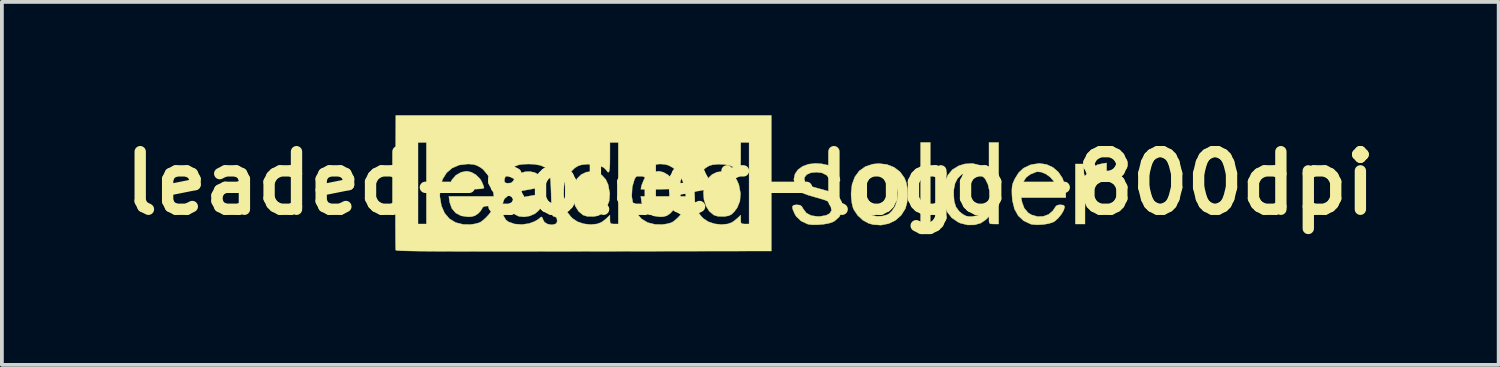
<source format=kicad_pcb>
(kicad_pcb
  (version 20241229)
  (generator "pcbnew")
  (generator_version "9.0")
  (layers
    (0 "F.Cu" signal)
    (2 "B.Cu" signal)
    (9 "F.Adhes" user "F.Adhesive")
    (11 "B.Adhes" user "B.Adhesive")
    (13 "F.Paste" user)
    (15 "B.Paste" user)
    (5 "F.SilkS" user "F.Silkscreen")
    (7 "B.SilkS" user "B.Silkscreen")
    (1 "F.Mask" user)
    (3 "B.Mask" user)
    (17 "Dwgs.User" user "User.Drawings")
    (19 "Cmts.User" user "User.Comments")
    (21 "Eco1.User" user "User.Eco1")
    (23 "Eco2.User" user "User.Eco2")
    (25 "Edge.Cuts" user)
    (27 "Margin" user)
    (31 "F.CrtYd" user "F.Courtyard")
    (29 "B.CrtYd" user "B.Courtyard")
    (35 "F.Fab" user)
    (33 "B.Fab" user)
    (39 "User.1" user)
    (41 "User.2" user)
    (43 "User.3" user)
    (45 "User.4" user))
  (footprint "leaded-solder-logo-800dpi"
    (layer "F.Cu")
    (at 16.808 1.799)
    (property "Reference" "leaded-solder-logo-800dpi" (at 0 0 0) (layer "F.SilkS") (effects (font (size 1.524 1.524) (thickness 0.3))))
    (attr through_hole)
    (fp_poly (pts (xy 4.763 1.079) (xy 4.508 1.079) (xy 4.508 -1.079) (xy 4.763 -1.079) (xy 4.763 1.079)) (stroke (width 0.01) (type solid)) (fill yes) (layer "F.SilkS"))
    (fp_poly (pts (xy -7.38 -0.29) (xy -7.255 -0.217) (xy -7.151 -0.112) (xy -7.112 -0.048) (xy -7.074 0.039) (xy -7.051 0.106) (xy -7.048 0.121) (xy -7.069 0.137) (xy -7.134 0.148) (xy -7.248 0.155) (xy -7.418 0.158) (xy -7.513 0.159) (xy -7.977 0.159) (xy -7.958 0.061) (xy -7.898 -0.089) (xy -7.793 -0.209) (xy -7.656 -0.289) (xy -7.506 -0.318) (xy -7.38 -0.29)) (stroke (width 0.01) (type solid)) (fill yes) (layer "F.SilkS"))
    (fp_poly (pts (xy -2.3 -0.29) (xy -2.175 -0.217) (xy -2.071 -0.112) (xy -2.032 -0.048) (xy -1.994 0.039) (xy -1.971 0.106) (xy -1.968 0.121) (xy -1.989 0.137) (xy -2.054 0.148) (xy -2.168 0.155) (xy -2.338 0.158) (xy -2.433 0.159) (xy -2.897 0.159) (xy -2.878 0.061) (xy -2.818 -0.089) (xy -2.713 -0.209) (xy -2.576 -0.289) (xy -2.426 -0.318) (xy -2.3 -0.29)) (stroke (width 0.01) (type solid)) (fill yes) (layer "F.SilkS"))
    (fp_poly (pts (xy -5.532 0.291) (xy -5.526 0.353) (xy -5.524 0.439) (xy -5.532 0.567) (xy -5.557 0.656) (xy -5.593 0.714) (xy -5.699 0.806) (xy -5.836 0.866) (xy -5.985 0.89) (xy -6.126 0.876) (xy -6.235 0.823) (xy -6.301 0.745) (xy -6.318 0.649) (xy -6.303 0.551) (xy -6.251 0.475) (xy -6.157 0.416) (xy -6.013 0.37) (xy -5.813 0.334) (xy -5.794 0.331) (xy -5.69 0.313) (xy -5.606 0.291) (xy -5.58 0.281) (xy -5.549 0.271) (xy -5.532 0.291)) (stroke (width 0.01) (type solid)) (fill yes) (layer "F.SilkS"))
    (fp_poly (pts (xy -4.057 -0.284) (xy -3.929 -0.213) (xy -3.825 -0.098) (xy -3.763 0.038) (xy -3.72 0.268) (xy -3.736 0.472) (xy -3.809 0.652) (xy -3.886 0.754) (xy -3.959 0.824) (xy -4.031 0.86) (xy -4.13 0.877) (xy -4.162 0.88) (xy -4.321 0.876) (xy -4.427 0.842) (xy -4.545 0.744) (xy -4.633 0.603) (xy -4.686 0.432) (xy -4.701 0.247) (xy -4.673 0.061) (xy -4.663 0.029) (xy -4.584 -0.123) (xy -4.473 -0.23) (xy -4.34 -0.293) (xy -4.198 -0.31) (xy -4.057 -0.284)) (stroke (width 0.01) (type solid)) (fill yes) (layer "F.SilkS"))
    (fp_poly (pts (xy -0.596 -0.284) (xy -0.468 -0.213) (xy -0.364 -0.098) (xy -0.303 0.038) (xy -0.26 0.268) (xy -0.275 0.472) (xy -0.348 0.652) (xy -0.426 0.754) (xy -0.498 0.824) (xy -0.57 0.86) (xy -0.669 0.877) (xy -0.701 0.88) (xy -0.86 0.876) (xy -0.966 0.842) (xy -1.084 0.744) (xy -1.172 0.603) (xy -1.226 0.432) (xy -1.24 0.247) (xy -1.212 0.061) (xy -1.202 0.029) (xy -1.124 -0.123) (xy -1.012 -0.23) (xy -0.88 -0.293) (xy -0.737 -0.31) (xy -0.596 -0.284)) (stroke (width 0.01) (type solid)) (fill yes) (layer "F.SilkS"))
    (fp_poly (pts (xy 9.43 -0.395) (xy 9.426 -0.308) (xy 9.41 -0.266) (xy 9.37 -0.254) (xy 9.349 -0.254) (xy 9.22 -0.23) (xy 9.088 -0.166) (xy 8.996 -0.091) (xy 8.943 -0.016) (xy 8.905 0.083) (xy 8.879 0.214) (xy 8.864 0.387) (xy 8.859 0.612) (xy 8.858 0.659) (xy 8.858 1.079) (xy 8.604 1.079) (xy 8.604 -0.508) (xy 8.826 -0.508) (xy 8.826 -0.349) (xy 8.831 -0.259) (xy 8.842 -0.201) (xy 8.85 -0.191) (xy 8.881 -0.215) (xy 8.928 -0.276) (xy 8.945 -0.301) (xy 9.051 -0.417) (xy 9.193 -0.49) (xy 9.311 -0.517) (xy 9.43 -0.536) (xy 9.43 -0.395)) (stroke (width 0.01) (type solid)) (fill yes) (layer "F.SilkS"))
    (fp_poly (pts (xy 3.614 -0.496) (xy 3.806 -0.421) (xy 3.964 -0.3) (xy 4.08 -0.139) (xy 4.126 -0.024) (xy 4.159 0.145) (xy 4.166 0.334) (xy 4.147 0.517) (xy 4.106 0.668) (xy 4.103 0.673) (xy 3.994 0.847) (xy 3.843 0.981) (xy 3.661 1.069) (xy 3.46 1.109) (xy 3.25 1.095) (xy 3.128 1.06) (xy 2.977 0.977) (xy 2.841 0.85) (xy 2.741 0.701) (xy 2.716 0.64) (xy 2.69 0.531) (xy 2.673 0.392) (xy 2.67 0.327) (xy 2.926 0.327) (xy 2.954 0.505) (xy 3.021 0.662) (xy 3.124 0.785) (xy 3.22 0.846) (xy 3.347 0.876) (xy 3.492 0.871) (xy 3.625 0.834) (xy 3.679 0.803) (xy 3.744 0.738) (xy 3.812 0.643) (xy 3.836 0.601) (xy 3.888 0.445) (xy 3.901 0.263) (xy 3.876 0.083) (xy 3.815 -0.072) (xy 3.811 -0.077) (xy 3.705 -0.197) (xy 3.571 -0.269) (xy 3.423 -0.295) (xy 3.275 -0.275) (xy 3.14 -0.209) (xy 3.033 -0.099) (xy 2.998 -0.039) (xy 2.939 0.142) (xy 2.926 0.327) (xy 2.67 0.327) (xy 2.667 0.272) (xy 2.693 0.034) (xy 2.766 -0.166) (xy 2.884 -0.325) (xy 3.044 -0.439) (xy 3.242 -0.505) (xy 3.397 -0.52) (xy 3.614 -0.496)) (stroke (width 0.01) (type solid)) (fill yes) (layer "F.SilkS"))
    (fp_poly (pts (xy 6.572 1.079) (xy 6.445 1.079) (xy 6.364 1.076) (xy 6.328 1.055) (xy 6.318 1.004) (xy 6.318 0.98) (xy 6.318 0.88) (xy 6.235 0.964) (xy 6.1 1.055) (xy 5.934 1.103) (xy 5.751 1.104) (xy 5.564 1.058) (xy 5.497 1.028) (xy 5.331 0.914) (xy 5.213 0.762) (xy 5.141 0.568) (xy 5.114 0.331) (xy 5.115 0.285) (xy 5.382 0.285) (xy 5.396 0.477) (xy 5.441 0.624) (xy 5.524 0.741) (xy 5.621 0.82) (xy 5.71 0.868) (xy 5.802 0.884) (xy 5.884 0.88) (xy 5.996 0.859) (xy 6.095 0.821) (xy 6.122 0.804) (xy 6.228 0.691) (xy 6.297 0.542) (xy 6.331 0.373) (xy 6.328 0.197) (xy 6.29 0.029) (xy 6.217 -0.116) (xy 6.11 -0.224) (xy 6.09 -0.237) (xy 5.971 -0.28) (xy 5.83 -0.293) (xy 5.695 -0.276) (xy 5.593 -0.231) (xy 5.486 -0.127) (xy 5.42 0.001) (xy 5.387 0.166) (xy 5.382 0.285) (xy 5.115 0.285) (xy 5.117 0.219) (xy 5.151 -0.02) (xy 5.228 -0.211) (xy 5.348 -0.357) (xy 5.513 -0.459) (xy 5.672 -0.509) (xy 5.878 -0.523) (xy 6.071 -0.476) (xy 6.215 -0.392) (xy 6.318 -0.314) (xy 6.318 -1.079) (xy 6.572 -1.079) (xy 6.572 1.079)) (stroke (width 0.01) (type solid)) (fill yes) (layer "F.SilkS"))
    (fp_poly (pts (xy 7.841 -0.496) (xy 8.012 -0.417) (xy 8.155 -0.293) (xy 8.264 -0.129) (xy 8.331 0.068) (xy 8.35 0.26) (xy 8.35 0.381) (xy 7.168 0.381) (xy 7.191 0.499) (xy 7.25 0.661) (xy 7.356 0.785) (xy 7.442 0.837) (xy 7.6 0.883) (xy 7.757 0.877) (xy 7.899 0.824) (xy 8.01 0.727) (xy 8.048 0.668) (xy 8.096 0.599) (xy 8.162 0.574) (xy 8.208 0.572) (xy 8.286 0.58) (xy 8.316 0.609) (xy 8.319 0.629) (xy 8.295 0.715) (xy 8.235 0.818) (xy 8.153 0.92) (xy 8.063 1.002) (xy 8.016 1.03) (xy 7.896 1.069) (xy 7.745 1.093) (xy 7.59 1.101) (xy 7.457 1.09) (xy 7.418 1.08) (xy 7.232 0.992) (xy 7.091 0.86) (xy 6.993 0.684) (xy 6.938 0.461) (xy 6.926 0.325) (xy 6.923 0.185) (xy 6.927 0.127) (xy 7.171 0.127) (xy 8.087 0.127) (xy 8.071 0.043) (xy 8.025 -0.063) (xy 7.937 -0.162) (xy 7.825 -0.243) (xy 7.705 -0.294) (xy 7.594 -0.304) (xy 7.565 -0.298) (xy 7.408 -0.234) (xy 7.301 -0.153) (xy 7.229 -0.042) (xy 7.193 0.056) (xy 7.171 0.127) (xy 6.927 0.127) (xy 6.93 0.085) (xy 6.95 0.001) (xy 6.99 -0.091) (xy 6.999 -0.111) (xy 7.103 -0.279) (xy 7.231 -0.398) (xy 7.398 -0.478) (xy 7.447 -0.494) (xy 7.651 -0.524) (xy 7.841 -0.496)) (stroke (width 0.01) (type solid)) (fill yes) (layer "F.SilkS"))
    (fp_poly (pts (xy 1.893 -0.512) (xy 2.058 -0.477) (xy 2.175 -0.426) (xy 2.258 -0.35) (xy 2.32 -0.244) (xy 2.365 -0.136) (xy 2.376 -0.072) (xy 2.349 -0.041) (xy 2.283 -0.032) (xy 2.259 -0.032) (xy 2.171 -0.04) (xy 2.122 -0.074) (xy 2.102 -0.109) (xy 2.021 -0.213) (xy 1.895 -0.275) (xy 1.746 -0.293) (xy 1.601 -0.277) (xy 1.495 -0.23) (xy 1.437 -0.159) (xy 1.429 -0.113) (xy 1.449 -0.03) (xy 1.513 0.036) (xy 1.63 0.089) (xy 1.701 0.111) (xy 1.839 0.149) (xy 1.989 0.191) (xy 2.049 0.207) (xy 2.225 0.275) (xy 2.346 0.367) (xy 2.415 0.488) (xy 2.436 0.589) (xy 2.423 0.754) (xy 2.352 0.893) (xy 2.228 1.002) (xy 2.183 1.026) (xy 2.079 1.061) (xy 1.937 1.086) (xy 1.783 1.099) (xy 1.639 1.1) (xy 1.529 1.085) (xy 1.519 1.082) (xy 1.341 0.998) (xy 1.215 0.877) (xy 1.174 0.808) (xy 1.125 0.693) (xy 1.113 0.622) (xy 1.141 0.584) (xy 1.211 0.572) (xy 1.23 0.572) (xy 1.315 0.581) (xy 1.365 0.617) (xy 1.397 0.675) (xy 1.483 0.789) (xy 1.612 0.857) (xy 1.782 0.881) (xy 1.852 0.878) (xy 2.003 0.852) (xy 2.1 0.802) (xy 2.15 0.722) (xy 2.159 0.647) (xy 2.151 0.58) (xy 2.121 0.527) (xy 2.06 0.482) (xy 1.959 0.44) (xy 1.808 0.394) (xy 1.723 0.371) (xy 1.529 0.314) (xy 1.388 0.261) (xy 1.29 0.204) (xy 1.225 0.138) (xy 1.182 0.056) (xy 1.178 0.044) (xy 1.153 -0.108) (xy 1.183 -0.244) (xy 1.263 -0.359) (xy 1.386 -0.447) (xy 1.544 -0.504) (xy 1.732 -0.525) (xy 1.893 -0.512)) (stroke (width 0.01) (type solid)) (fill yes) (layer "F.SilkS"))
    (fp_poly (pts (xy 0.556 1.794) (xy -4.406 1.802) (xy -5.086 1.803) (xy -5.705 1.804) (xy -6.266 1.804) (xy -6.771 1.804) (xy -7.222 1.804) (xy -7.622 1.803) (xy -7.974 1.802) (xy -8.28 1.801) (xy -8.543 1.799) (xy -8.764 1.797) (xy -8.948 1.794) (xy -9.095 1.791) (xy -9.209 1.788) (xy -9.293 1.783) (xy -9.348 1.779) (xy -9.377 1.774) (xy -9.383 1.77) (xy -9.386 1.732) (xy -9.388 1.636) (xy -9.39 1.488) (xy -9.391 1.294) (xy -9.392 1.061) (xy -9.392 0.793) (xy -9.392 0.497) (xy -9.391 0.179) (xy -9.39 -0.032) (xy -9.385 -1.079) (xy -8.795 -1.079) (xy -8.795 1.079) (xy -8.572 1.079) (xy -8.572 0.341) (xy -8.218 0.341) (xy -8.216 0.361) (xy -8.176 0.598) (xy -8.09 0.792) (xy -7.963 0.941) (xy -7.796 1.042) (xy -7.594 1.092) (xy -7.403 1.093) (xy -7.287 1.076) (xy -7.184 1.049) (xy -7.146 1.033) (xy -7.079 0.986) (xy -7.001 0.916) (xy -6.928 0.839) (xy -6.875 0.771) (xy -6.858 0.732) (xy -6.856 0.72) (xy -6.568 0.72) (xy -6.536 0.857) (xy -6.471 0.967) (xy -6.405 1.021) (xy -6.24 1.079) (xy -6.05 1.094) (xy -5.858 1.068) (xy -5.71 1.013) (xy -5.631 0.968) (xy -5.579 0.929) (xy -5.572 0.921) (xy -5.533 0.89) (xy -5.5 0.916) (xy -5.487 0.96) (xy -5.448 1.031) (xy -5.367 1.081) (xy -5.265 1.101) (xy -5.206 1.095) (xy -5.137 1.069) (xy -5.113 1.017) (xy -5.112 0.984) (xy -5.125 0.914) (xy -5.172 0.885) (xy -5.183 0.883) (xy -5.209 0.878) (xy -5.228 0.863) (xy -5.241 0.831) (xy -5.251 0.772) (xy -5.258 0.678) (xy -5.264 0.539) (xy -5.27 0.347) (xy -5.271 0.316) (xy -5.271 0.286) (xy -4.937 0.286) (xy -4.928 0.487) (xy -4.898 0.643) (xy -4.84 0.772) (xy -4.748 0.888) (xy -4.703 0.933) (xy -4.572 1.02) (xy -4.406 1.075) (xy -4.227 1.095) (xy -4.056 1.078) (xy -3.953 1.041) (xy -3.886 0.997) (xy -3.809 0.934) (xy -3.802 0.927) (xy -3.715 0.845) (xy -3.715 0.962) (xy -3.711 1.04) (xy -3.686 1.072) (xy -3.622 1.079) (xy -3.604 1.079) (xy -3.493 1.079) (xy -3.493 0.341) (xy -3.138 0.341) (xy -3.136 0.361) (xy -3.096 0.598) (xy -3.01 0.792) (xy -2.883 0.941) (xy -2.716 1.042) (xy -2.514 1.092) (xy -2.323 1.093) (xy -2.207 1.076) (xy -2.104 1.049) (xy -2.066 1.033) (xy -1.999 0.986) (xy -1.921 0.916) (xy -1.848 0.839) (xy -1.795 0.771) (xy -1.778 0.732) (xy -1.768 0.68) (xy -1.759 0.653) (xy -1.758 0.621) (xy -1.797 0.606) (xy -1.868 0.603) (xy -1.958 0.611) (xy -2.003 0.64) (xy -2.016 0.665) (xy -2.052 0.726) (xy -2.117 0.796) (xy -2.131 0.808) (xy -2.212 0.861) (xy -2.304 0.885) (xy -2.392 0.889) (xy -2.573 0.863) (xy -2.717 0.787) (xy -2.82 0.666) (xy -2.877 0.503) (xy -2.88 0.477) (xy -2.898 0.349) (xy -1.706 0.349) (xy -1.714 0.286) (xy -1.476 0.286) (xy -1.467 0.487) (xy -1.437 0.643) (xy -1.379 0.772) (xy -1.288 0.888) (xy -1.243 0.933) (xy -1.111 1.02) (xy -0.945 1.075) (xy -0.766 1.095) (xy -0.595 1.078) (xy -0.492 1.041) (xy -0.426 0.997) (xy -0.349 0.934) (xy -0.341 0.927) (xy -0.254 0.845) (xy -0.254 0.962) (xy -0.25 1.04) (xy -0.225 1.072) (xy -0.162 1.079) (xy -0.143 1.079) (xy -0.032 1.079) (xy -0.032 -1.079) (xy -0.254 -1.079) (xy -0.254 -0.683) (xy -0.257 -0.498) (xy -0.265 -0.373) (xy -0.28 -0.304) (xy -0.302 -0.288) (xy -0.334 -0.322) (xy -0.348 -0.346) (xy -0.415 -0.413) (xy -0.531 -0.465) (xy -0.678 -0.496) (xy -0.843 -0.504) (xy -0.871 -0.502) (xy -0.998 -0.489) (xy -1.089 -0.462) (xy -1.17 -0.414) (xy -1.197 -0.393) (xy -1.289 -0.302) (xy -1.375 -0.192) (xy -1.397 -0.156) (xy -1.435 -0.08) (xy -1.459 -0.006) (xy -1.472 0.087) (xy -1.476 0.215) (xy -1.476 0.286) (xy -1.714 0.286) (xy -1.728 0.183) (xy -1.778 -0.032) (xy -1.868 -0.218) (xy -1.989 -0.364) (xy -2.058 -0.416) (xy -2.156 -0.47) (xy -2.249 -0.498) (xy -2.366 -0.508) (xy -2.406 -0.508) (xy -2.626 -0.481) (xy -2.81 -0.402) (xy -2.958 -0.277) (xy -3.064 -0.108) (xy -3.125 0.099) (xy -3.138 0.341) (xy -3.493 0.341) (xy -3.493 -1.079) (xy -3.715 -1.079) (xy -3.715 -0.683) (xy -3.717 -0.498) (xy -3.726 -0.373) (xy -3.74 -0.304) (xy -3.763 -0.288) (xy -3.794 -0.322) (xy -3.809 -0.346) (xy -3.876 -0.413) (xy -3.991 -0.465) (xy -4.139 -0.496) (xy -4.304 -0.504) (xy -4.331 -0.502) (xy -4.459 -0.489) (xy -4.55 -0.462) (xy -4.631 -0.414) (xy -4.658 -0.393) (xy -4.75 -0.302) (xy -4.835 -0.192) (xy -4.858 -0.156) (xy -4.896 -0.08) (xy -4.92 -0.006) (xy -4.932 0.087) (xy -4.937 0.215) (xy -4.937 0.286) (xy -5.271 0.286) (xy -5.277 0.107) (xy -5.285 -0.048) (xy -5.295 -0.16) (xy -5.308 -0.239) (xy -5.325 -0.293) (xy -5.344 -0.33) (xy -5.427 -0.416) (xy -5.548 -0.472) (xy -5.714 -0.502) (xy -5.868 -0.508) (xy -6.017 -0.503) (xy -6.126 -0.487) (xy -6.219 -0.453) (xy -6.254 -0.436) (xy -6.373 -0.348) (xy -6.461 -0.233) (xy -6.506 -0.109) (xy -6.509 -0.072) (xy -6.498 -0.022) (xy -6.454 -0.002) (xy -6.403 0) (xy -6.325 -0.01) (xy -6.278 -0.054) (xy -6.253 -0.103) (xy -6.182 -0.201) (xy -6.08 -0.267) (xy -5.958 -0.303) (xy -5.831 -0.308) (xy -5.711 -0.284) (xy -5.611 -0.232) (xy -5.545 -0.152) (xy -5.524 -0.06) (xy -5.541 0.023) (xy -5.572 0.075) (xy -5.599 0.098) (xy -5.636 0.117) (xy -5.693 0.134) (xy -5.784 0.153) (xy -5.92 0.178) (xy -6.001 0.192) (xy -6.228 0.245) (xy -6.394 0.316) (xy -6.5 0.405) (xy -6.522 0.44) (xy -6.565 0.575) (xy -6.568 0.72) (xy -6.856 0.72) (xy -6.848 0.68) (xy -6.839 0.653) (xy -6.838 0.621) (xy -6.877 0.606) (xy -6.948 0.603) (xy -7.038 0.611) (xy -7.083 0.64) (xy -7.096 0.665) (xy -7.132 0.726) (xy -7.197 0.796) (xy -7.211 0.808) (xy -7.292 0.861) (xy -7.384 0.885) (xy -7.472 0.889) (xy -7.653 0.863) (xy -7.797 0.787) (xy -7.9 0.666) (xy -7.957 0.503) (xy -7.96 0.477) (xy -7.978 0.349) (xy -6.786 0.349) (xy -6.808 0.183) (xy -6.858 -0.032) (xy -6.948 -0.218) (xy -7.069 -0.364) (xy -7.138 -0.416) (xy -7.236 -0.47) (xy -7.329 -0.498) (xy -7.446 -0.508) (xy -7.486 -0.508) (xy -7.706 -0.481) (xy -7.89 -0.402) (xy -8.038 -0.277) (xy -8.144 -0.108) (xy -8.205 0.099) (xy -8.218 0.341) (xy -8.572 0.341) (xy -8.572 -1.079) (xy -8.795 -1.079) (xy -9.385 -1.079) (xy -9.382 -1.794) (xy 0.556 -1.794) (xy 0.556 1.794)) (stroke (width 0.01) (type solid)) (fill yes) (layer "F.SilkS")))
  (gr_rect
    (start -3 -3)
    (end 36.615 6.608)
    (stroke (width 0.1) (type default))
    (fill no)
    (layer "Edge.Cuts")))
</source>
